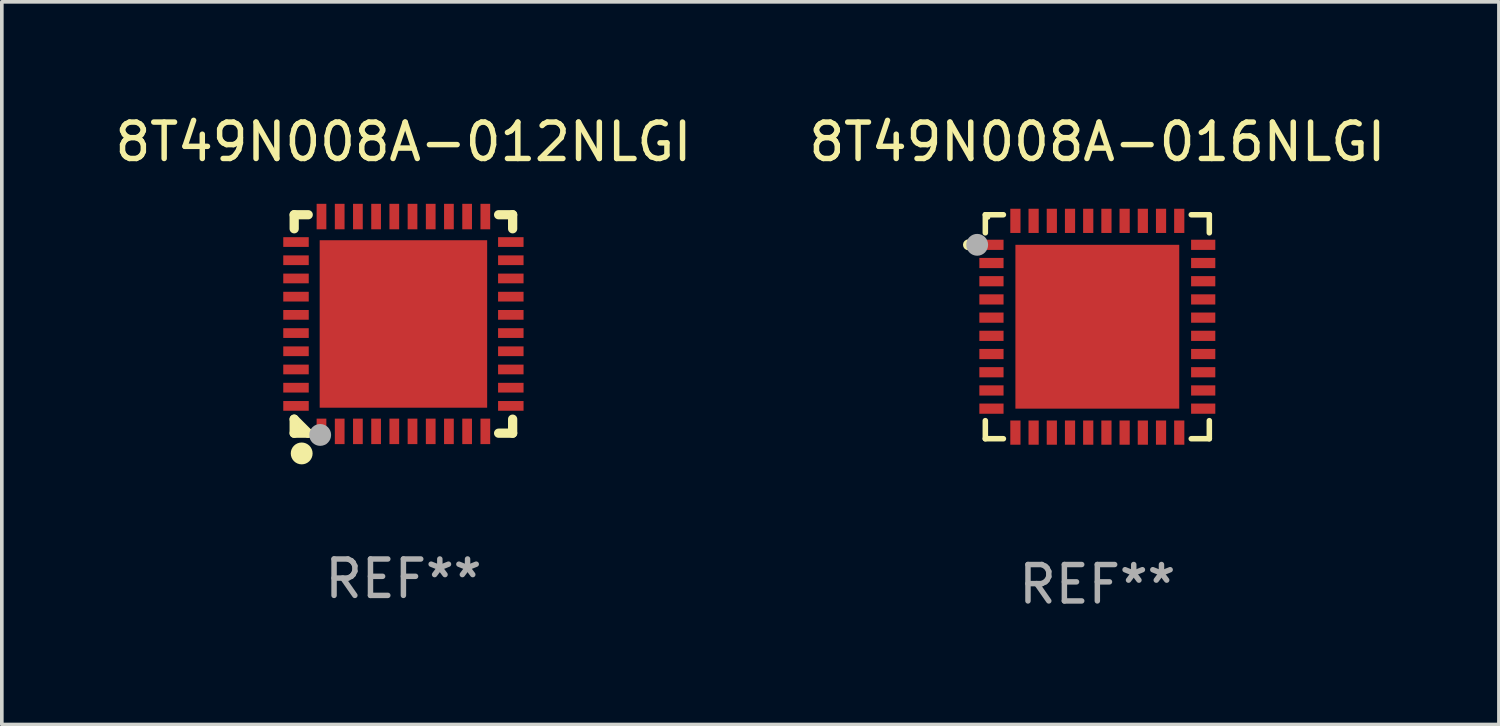
<source format=kicad_pcb>
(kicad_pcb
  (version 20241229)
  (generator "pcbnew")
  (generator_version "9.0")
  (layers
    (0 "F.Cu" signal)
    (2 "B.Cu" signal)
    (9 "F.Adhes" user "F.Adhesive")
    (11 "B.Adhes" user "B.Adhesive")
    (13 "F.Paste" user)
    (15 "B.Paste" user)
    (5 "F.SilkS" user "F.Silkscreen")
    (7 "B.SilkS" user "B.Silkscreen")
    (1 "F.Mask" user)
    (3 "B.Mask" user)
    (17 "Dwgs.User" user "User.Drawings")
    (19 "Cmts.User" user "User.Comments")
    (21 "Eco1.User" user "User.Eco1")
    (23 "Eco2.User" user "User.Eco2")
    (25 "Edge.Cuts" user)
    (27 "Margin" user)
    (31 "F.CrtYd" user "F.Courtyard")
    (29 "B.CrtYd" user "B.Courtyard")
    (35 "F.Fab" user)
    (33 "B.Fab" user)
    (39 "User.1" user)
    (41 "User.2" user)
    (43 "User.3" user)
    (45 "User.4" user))
  (footprint "8T49N008A-016NLGI"
    (layer "F.Cu")
    (at 27.089 5.924)
    (property "Reference" "8T49N008A-016NLGI" (at 0 -5.076 0) (layer "F.SilkS") (effects (font (size 1 1) (thickness 0.15))))
    (attr through_hole)
    (fp_line (start -3.076 -3.076) (end -3.076 -2.58) (stroke (width 0.152) (type solid)) (layer "F.SilkS"))
    (fp_line (start -3.076 3.076) (end -3.076 2.58) (stroke (width 0.152) (type solid)) (layer "F.SilkS"))
    (fp_line (start -2.58 -3.076) (end -3.076 -3.076) (stroke (width 0.152) (type solid)) (layer "F.SilkS"))
    (fp_line (start -2.58 3.076) (end -3.076 3.076) (stroke (width 0.152) (type solid)) (layer "F.SilkS"))
    (fp_line (start 2.58 -3.076) (end 3.076 -3.076) (stroke (width 0.152) (type solid)) (layer "F.SilkS"))
    (fp_line (start 2.58 3.076) (end 3.076 3.076) (stroke (width 0.152) (type solid)) (layer "F.SilkS"))
    (fp_line (start 3.076 -3.076) (end 3.076 -2.58) (stroke (width 0.152) (type solid)) (layer "F.SilkS"))
    (fp_line (start 3.076 3.076) (end 3.076 2.58) (stroke (width 0.152) (type solid)) (layer "F.SilkS"))
    (fp_circle (center -3.54 -2.25) (end -3.465 -2.25) (stroke (width 0.15) (type solid)) (fill no) (layer "F.SilkS"))
    (fp_circle (center -3 -3) (end -2.97 -3) (stroke (width 0.06) (type solid)) (fill no) (layer "F.SilkS"))
    (fp_circle (center -3.3 -2.25) (end -3.15 -2.25) (stroke (width 0.3) (type solid)) (fill no) (layer "F.Fab"))
    (fp_text user "REF**" (at 0 7.076 0) (layer "F.Fab") (effects (font (size 1 1) (thickness 0.15))))
    (pad "1" smd rect (at -2.908 -2.25) (size 0.665 0.28) (layers "F.Cu" "F.Mask" "F.Paste"))
    (pad "2" smd rect (at -2.908 -1.75) (size 0.665 0.28) (layers "F.Cu" "F.Mask" "F.Paste"))
    (pad "3" smd rect (at -2.908 -1.25) (size 0.665 0.28) (layers "F.Cu" "F.Mask" "F.Paste"))
    (pad "4" smd rect (at -2.908 -0.75) (size 0.665 0.28) (layers "F.Cu" "F.Mask" "F.Paste"))
    (pad "5" smd rect (at -2.908 -0.25) (size 0.665 0.28) (layers "F.Cu" "F.Mask" "F.Paste"))
    (pad "6" smd rect (at -2.908 0.25) (size 0.665 0.28) (layers "F.Cu" "F.Mask" "F.Paste"))
    (pad "7" smd rect (at -2.908 0.75) (size 0.665 0.28) (layers "F.Cu" "F.Mask" "F.Paste"))
    (pad "8" smd rect (at -2.908 1.25) (size 0.665 0.28) (layers "F.Cu" "F.Mask" "F.Paste"))
    (pad "9" smd rect (at -2.908 1.75) (size 0.665 0.28) (layers "F.Cu" "F.Mask" "F.Paste"))
    (pad "10" smd rect (at -2.908 2.25) (size 0.665 0.28) (layers "F.Cu" "F.Mask" "F.Paste"))
    (pad "11" smd rect (at -2.25 2.908) (size 0.28 0.665) (layers "F.Cu" "F.Mask" "F.Paste"))
    (pad "12" smd rect (at -1.75 2.908) (size 0.28 0.665) (layers "F.Cu" "F.Mask" "F.Paste"))
    (pad "13" smd rect (at -1.25 2.908) (size 0.28 0.665) (layers "F.Cu" "F.Mask" "F.Paste"))
    (pad "14" smd rect (at -0.75 2.908) (size 0.28 0.665) (layers "F.Cu" "F.Mask" "F.Paste"))
    (pad "15" smd rect (at -0.25 2.908) (size 0.28 0.665) (layers "F.Cu" "F.Mask" "F.Paste"))
    (pad "16" smd rect (at 0.25 2.908) (size 0.28 0.665) (layers "F.Cu" "F.Mask" "F.Paste"))
    (pad "17" smd rect (at 0.75 2.908) (size 0.28 0.665) (layers "F.Cu" "F.Mask" "F.Paste"))
    (pad "18" smd rect (at 1.25 2.908) (size 0.28 0.665) (layers "F.Cu" "F.Mask" "F.Paste"))
    (pad "19" smd rect (at 1.75 2.908) (size 0.28 0.665) (layers "F.Cu" "F.Mask" "F.Paste"))
    (pad "20" smd rect (at 2.25 2.908) (size 0.28 0.665) (layers "F.Cu" "F.Mask" "F.Paste"))
    (pad "21" smd rect (at 2.908 2.25) (size 0.665 0.28) (layers "F.Cu" "F.Mask" "F.Paste"))
    (pad "22" smd rect (at 2.908 1.75) (size 0.665 0.28) (layers "F.Cu" "F.Mask" "F.Paste"))
    (pad "23" smd rect (at 2.908 1.25) (size 0.665 0.28) (layers "F.Cu" "F.Mask" "F.Paste"))
    (pad "24" smd rect (at 2.908 0.75) (size 0.665 0.28) (layers "F.Cu" "F.Mask" "F.Paste"))
    (pad "25" smd rect (at 2.908 0.25) (size 0.665 0.28) (layers "F.Cu" "F.Mask" "F.Paste"))
    (pad "26" smd rect (at 2.908 -0.25) (size 0.665 0.28) (layers "F.Cu" "F.Mask" "F.Paste"))
    (pad "27" smd rect (at 2.908 -0.75) (size 0.665 0.28) (layers "F.Cu" "F.Mask" "F.Paste"))
    (pad "28" smd rect (at 2.908 -1.25) (size 0.665 0.28) (layers "F.Cu" "F.Mask" "F.Paste"))
    (pad "29" smd rect (at 2.908 -1.75) (size 0.665 0.28) (layers "F.Cu" "F.Mask" "F.Paste"))
    (pad "30" smd rect (at 2.908 -2.25) (size 0.665 0.28) (layers "F.Cu" "F.Mask" "F.Paste"))
    (pad "31" smd rect (at 2.25 -2.908) (size 0.28 0.665) (layers "F.Cu" "F.Mask" "F.Paste"))
    (pad "32" smd rect (at 1.75 -2.908) (size 0.28 0.665) (layers "F.Cu" "F.Mask" "F.Paste"))
    (pad "33" smd rect (at 1.25 -2.908) (size 0.28 0.665) (layers "F.Cu" "F.Mask" "F.Paste"))
    (pad "34" smd rect (at 0.75 -2.908) (size 0.28 0.665) (layers "F.Cu" "F.Mask" "F.Paste"))
    (pad "35" smd rect (at 0.25 -2.908) (size 0.28 0.665) (layers "F.Cu" "F.Mask" "F.Paste"))
    (pad "36" smd rect (at -0.25 -2.908) (size 0.28 0.665) (layers "F.Cu" "F.Mask" "F.Paste"))
    (pad "37" smd rect (at -0.75 -2.908) (size 0.28 0.665) (layers "F.Cu" "F.Mask" "F.Paste"))
    (pad "38" smd rect (at -1.25 -2.908) (size 0.28 0.665) (layers "F.Cu" "F.Mask" "F.Paste"))
    (pad "39" smd rect (at -1.75 -2.908) (size 0.28 0.665) (layers "F.Cu" "F.Mask" "F.Paste"))
    (pad "40" smd rect (at -2.25 -2.908) (size 0.28 0.665) (layers "F.Cu" "F.Mask" "F.Paste"))
    (pad "41" smd rect (at 0 0) (size 4.5 4.5) (layers "F.Cu" "F.Mask" "F.Paste")))
  (footprint "8T49N008A-012NLGI"
    (layer "F.Cu")
    (at 8.03 5.848)
    (property "Reference" "8T49N008A-012NLGI" (at 0 -5 0) (layer "F.SilkS") (effects (font (size 1 1) (thickness 0.15))))
    (attr through_hole)
    (fp_line (start -3 -3) (end -2.615 -3) (stroke (width 0.254) (type solid)) (layer "F.SilkS"))
    (fp_line (start -3 -2.615) (end -3 -3) (stroke (width 0.254) (type solid)) (layer "F.SilkS"))
    (fp_line (start -3 2.615) (end -2.615 3) (stroke (width 0.254) (type solid)) (layer "F.SilkS"))
    (fp_line (start -3 3) (end -3 2.615) (stroke (width 0.254) (type solid)) (layer "F.SilkS"))
    (fp_line (start -2.615 3) (end -3 3) (stroke (width 0.254) (type solid)) (layer "F.SilkS"))
    (fp_line (start 2.615 -3) (end 3 -3) (stroke (width 0.254) (type solid)) (layer "F.SilkS"))
    (fp_line (start 3 -3) (end 3 -2.615) (stroke (width 0.254) (type solid)) (layer "F.SilkS"))
    (fp_line (start 3 2.615) (end 3 3) (stroke (width 0.254) (type solid)) (layer "F.SilkS"))
    (fp_line (start 3 3) (end 2.615 3) (stroke (width 0.254) (type solid)) (layer "F.SilkS"))
    (fp_circle (center -3 3) (end -2.97 3) (stroke (width 0.06) (type solid)) (fill no) (layer "F.SilkS"))
    (fp_circle (center -2.794 3.556) (end -2.644 3.556) (stroke (width 0.3) (type solid)) (fill no) (layer "F.SilkS"))
    (fp_circle (center -2.286 3.048) (end -2.136 3.048) (stroke (width 0.3) (type solid)) (fill no) (layer "F.Fab"))
    (fp_text user "REF**" (at 0 7 0) (layer "F.Fab") (effects (font (size 1 1) (thickness 0.15))))
    (pad "1" smd rect (at -2.25 2.95) (size 0.267 0.7) (layers "F.Cu" "F.Mask" "F.Paste"))
    (pad "2" smd rect (at -1.75 2.95) (size 0.267 0.7) (layers "F.Cu" "F.Mask" "F.Paste"))
    (pad "3" smd rect (at -1.25 2.95) (size 0.267 0.7) (layers "F.Cu" "F.Mask" "F.Paste"))
    (pad "4" smd rect (at -0.75 2.95) (size 0.267 0.7) (layers "F.Cu" "F.Mask" "F.Paste"))
    (pad "5" smd rect (at -0.25 2.95) (size 0.267 0.7) (layers "F.Cu" "F.Mask" "F.Paste"))
    (pad "6" smd rect (at 0.25 2.95) (size 0.267 0.7) (layers "F.Cu" "F.Mask" "F.Paste"))
    (pad "7" smd rect (at 0.75 2.95) (size 0.267 0.7) (layers "F.Cu" "F.Mask" "F.Paste"))
    (pad "8" smd rect (at 1.25 2.95) (size 0.267 0.7) (layers "F.Cu" "F.Mask" "F.Paste"))
    (pad "9" smd rect (at 1.75 2.95) (size 0.267 0.7) (layers "F.Cu" "F.Mask" "F.Paste"))
    (pad "10" smd rect (at 2.25 2.95) (size 0.267 0.7) (layers "F.Cu" "F.Mask" "F.Paste"))
    (pad "11" smd rect (at 2.95 2.25) (size 0.7 0.267) (layers "F.Cu" "F.Mask" "F.Paste"))
    (pad "12" smd rect (at 2.95 1.75) (size 0.7 0.267) (layers "F.Cu" "F.Mask" "F.Paste"))
    (pad "13" smd rect (at 2.95 1.25) (size 0.7 0.267) (layers "F.Cu" "F.Mask" "F.Paste"))
    (pad "14" smd rect (at 2.95 0.75) (size 0.7 0.267) (layers "F.Cu" "F.Mask" "F.Paste"))
    (pad "15" smd rect (at 2.95 0.25) (size 0.7 0.267) (layers "F.Cu" "F.Mask" "F.Paste"))
    (pad "16" smd rect (at 2.95 -0.25) (size 0.7 0.267) (layers "F.Cu" "F.Mask" "F.Paste"))
    (pad "17" smd rect (at 2.95 -0.75) (size 0.7 0.267) (layers "F.Cu" "F.Mask" "F.Paste"))
    (pad "18" smd rect (at 2.95 -1.25) (size 0.7 0.267) (layers "F.Cu" "F.Mask" "F.Paste"))
    (pad "19" smd rect (at 2.95 -1.75) (size 0.7 0.267) (layers "F.Cu" "F.Mask" "F.Paste"))
    (pad "20" smd rect (at 2.95 -2.25) (size 0.7 0.267) (layers "F.Cu" "F.Mask" "F.Paste"))
    (pad "21" smd rect (at 2.25 -2.95) (size 0.267 0.7) (layers "F.Cu" "F.Mask" "F.Paste"))
    (pad "22" smd rect (at 1.75 -2.95) (size 0.267 0.7) (layers "F.Cu" "F.Mask" "F.Paste"))
    (pad "23" smd rect (at 1.25 -2.95) (size 0.267 0.7) (layers "F.Cu" "F.Mask" "F.Paste"))
    (pad "24" smd rect (at 0.75 -2.95) (size 0.267 0.7) (layers "F.Cu" "F.Mask" "F.Paste"))
    (pad "25" smd rect (at 0.25 -2.95) (size 0.267 0.7) (layers "F.Cu" "F.Mask" "F.Paste"))
    (pad "26" smd rect (at -0.25 -2.95) (size 0.267 0.7) (layers "F.Cu" "F.Mask" "F.Paste"))
    (pad "27" smd rect (at -0.75 -2.95) (size 0.267 0.7) (layers "F.Cu" "F.Mask" "F.Paste"))
    (pad "28" smd rect (at -1.25 -2.95) (size 0.267 0.7) (layers "F.Cu" "F.Mask" "F.Paste"))
    (pad "29" smd rect (at -1.75 -2.95) (size 0.267 0.7) (layers "F.Cu" "F.Mask" "F.Paste"))
    (pad "30" smd rect (at -2.25 -2.95) (size 0.267 0.7) (layers "F.Cu" "F.Mask" "F.Paste"))
    (pad "31" smd rect (at -2.95 -2.25) (size 0.7 0.267) (layers "F.Cu" "F.Mask" "F.Paste"))
    (pad "32" smd rect (at -2.95 -1.75) (size 0.7 0.267) (layers "F.Cu" "F.Mask" "F.Paste"))
    (pad "33" smd rect (at -2.95 -1.25) (size 0.7 0.267) (layers "F.Cu" "F.Mask" "F.Paste"))
    (pad "34" smd rect (at -2.95 -0.75) (size 0.7 0.267) (layers "F.Cu" "F.Mask" "F.Paste"))
    (pad "35" smd rect (at -2.95 -0.25) (size 0.7 0.267) (layers "F.Cu" "F.Mask" "F.Paste"))
    (pad "36" smd rect (at -2.95 0.25) (size 0.7 0.267) (layers "F.Cu" "F.Mask" "F.Paste"))
    (pad "37" smd rect (at -2.95 0.75) (size 0.7 0.267) (layers "F.Cu" "F.Mask" "F.Paste"))
    (pad "38" smd rect (at -2.95 1.25) (size 0.7 0.267) (layers "F.Cu" "F.Mask" "F.Paste"))
    (pad "39" smd rect (at -2.95 1.75) (size 0.7 0.267) (layers "F.Cu" "F.Mask" "F.Paste"))
    (pad "40" smd rect (at -2.95 2.25) (size 0.7 0.267) (layers "F.Cu" "F.Mask" "F.Paste"))
    (pad "41" smd rect (at 0.000279 0.000025) (size 4.6 4.6) (layers "F.Cu" "F.Mask" "F.Paste")))
  (gr_rect
    (start -3 -3)
    (end 38.119 16.849)
    (stroke (width 0.1) (type default))
    (fill no)
    (layer "Edge.Cuts")))
</source>
